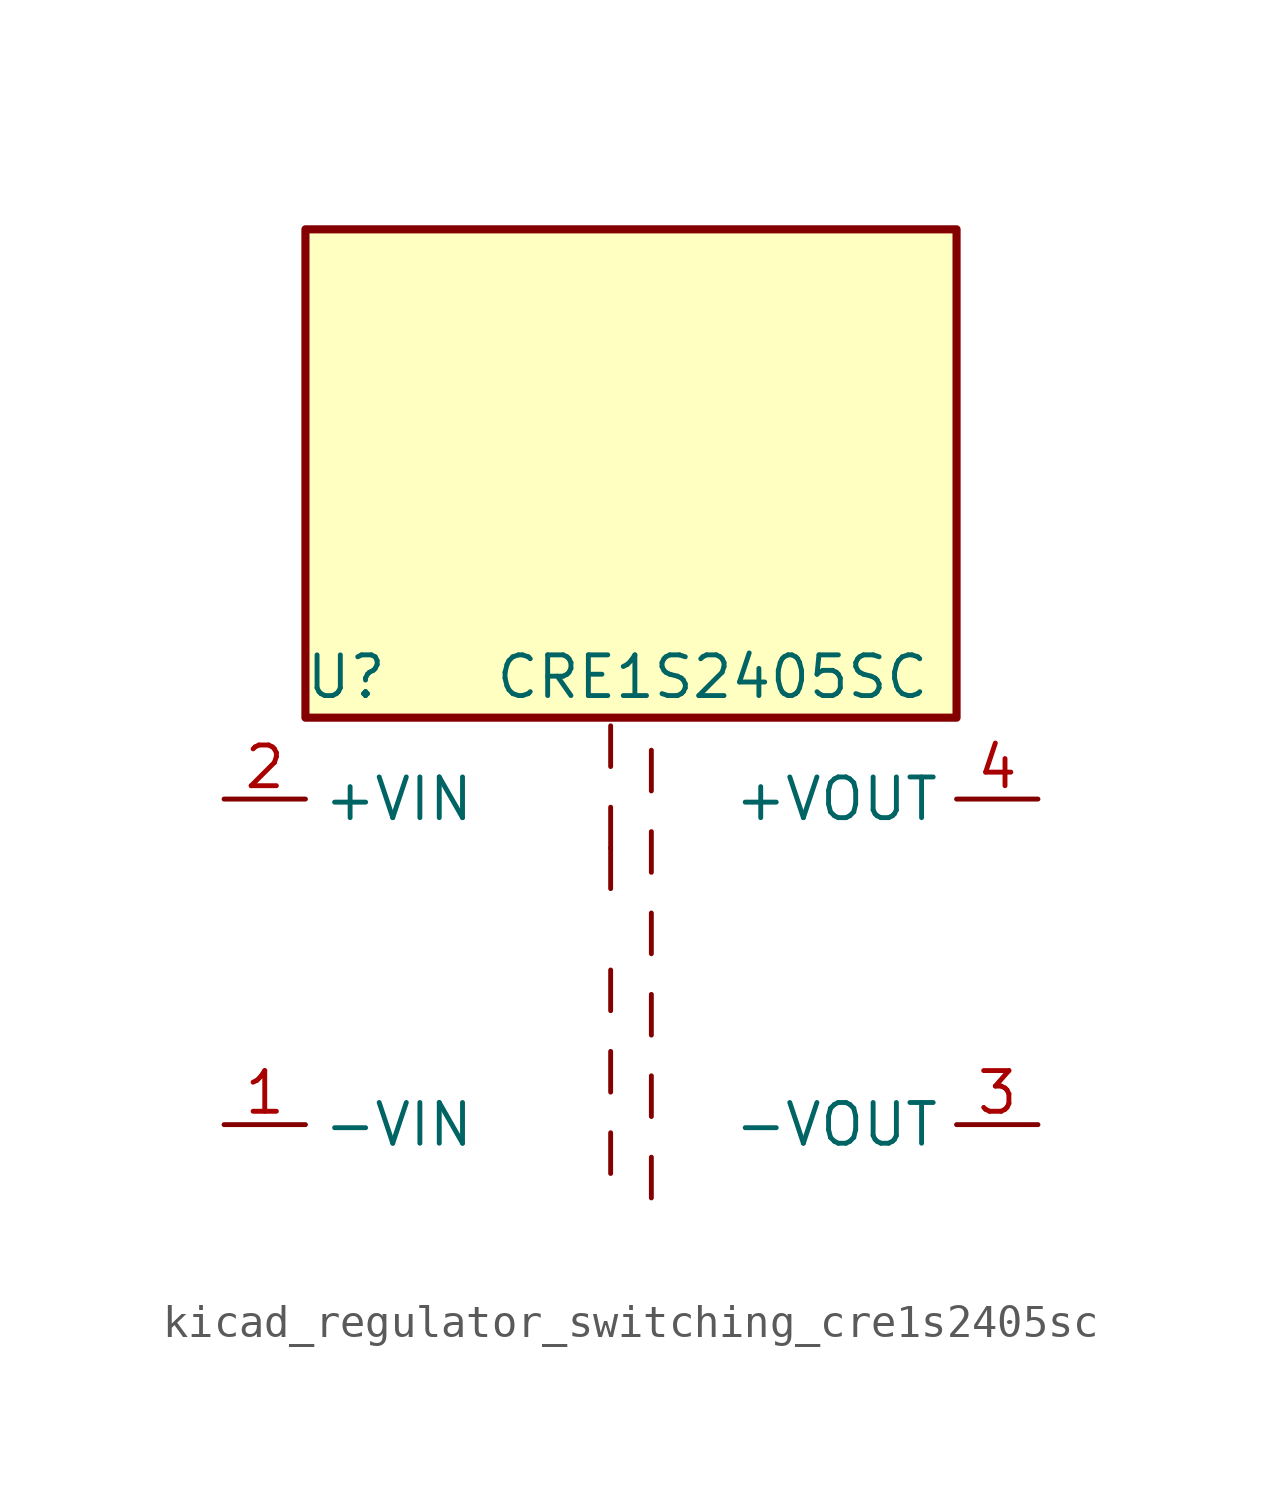
<source format=kicad_sym>
(kicad_symbol_lib
  (version 20220914)
  (generator kicad_symbol_editor)
  (symbol "kicad_regulator_switching_cre1s2405sc"
    (property "Reference" "U"
      (at -8.89 8.89 0)
      (effects (font (size 1.27 1.27))))
    (property "Value" "CRE1S2405SC"
      (at 2.54 8.89 0)
      (effects (font (size 1.27 1.27))))
    (symbol "kicad_regulator_switching_cre1s2405sc_0_1"
      (polyline (pts (xy -0.635 -5.334) (xy -0.635 -6.604)) (stroke (width 0) (type default)) (fill (type none)))
      (polyline (pts (xy -0.635 -2.794) (xy -0.635 -4.064)) (stroke (width 0) (type default)) (fill (type none)))
      (polyline (pts (xy -0.635 -0.254) (xy -0.635 -1.524)) (stroke (width 0) (type default)) (fill (type none)))
      (polyline (pts (xy -0.635 2.286) (xy -0.635 3.556)) (stroke (width 0) (type default)) (fill (type none)))
      (polyline (pts (xy -0.635 4.826) (xy -0.635 3.556)) (stroke (width 0) (type default)) (fill (type none)))
      (polyline (pts (xy -0.635 7.366) (xy -0.635 6.096)) (stroke (width 0) (type default)) (fill (type none)))
      (polyline (pts (xy 0.635 -7.366) (xy 0.635 -6.096)) (stroke (width 0) (type default)) (fill (type none)))
      (polyline (pts (xy 0.635 -4.826) (xy 0.635 -3.556)) (stroke (width 0) (type default)) (fill (type none)))
      (polyline (pts (xy 0.635 -2.286) (xy 0.635 -1.016)) (stroke (width 0) (type default)) (fill (type none)))
      (polyline (pts (xy 0.635 0.254) (xy 0.635 1.524)) (stroke (width 0) (type default)) (fill (type none)))
      (polyline (pts (xy 0.635 2.794) (xy 0.635 4.064)) (stroke (width 0) (type default)) (fill (type none)))
      (polyline (pts (xy 0.635 5.334) (xy 0.635 6.604)) (stroke (width 0) (type default)) (fill (type none)))
      (rectangle (start 10.16 22.86) (end -10.16 7.62) (stroke (width 0.254) (type default)) (fill (type background))))
    (symbol "kicad_regulator_switching_cre1s2405sc_1_1"
      (pin power_in line (at -12.7 -5.08 0) (length 2.54) (name "-VIN" (effects (font (size 1.27 1.27)))) (number "1" (effects (font (size 1.27 1.27)))))
      (pin power_in line (at -12.7 5.08 0) (length 2.54) (name "+VIN" (effects (font (size 1.27 1.27)))) (number "2" (effects (font (size 1.27 1.27)))))
      (pin power_out line (at 12.7 -5.08 180) (length 2.54) (name "-VOUT" (effects (font (size 1.27 1.27)))) (number "3" (effects (font (size 1.27 1.27)))))
      (pin power_out line (at 12.7 5.08 180) (length 2.54) (name "+VOUT" (effects (font (size 1.27 1.27)))) (number "4" (effects (font (size 1.27 1.27))))))))
</source>
